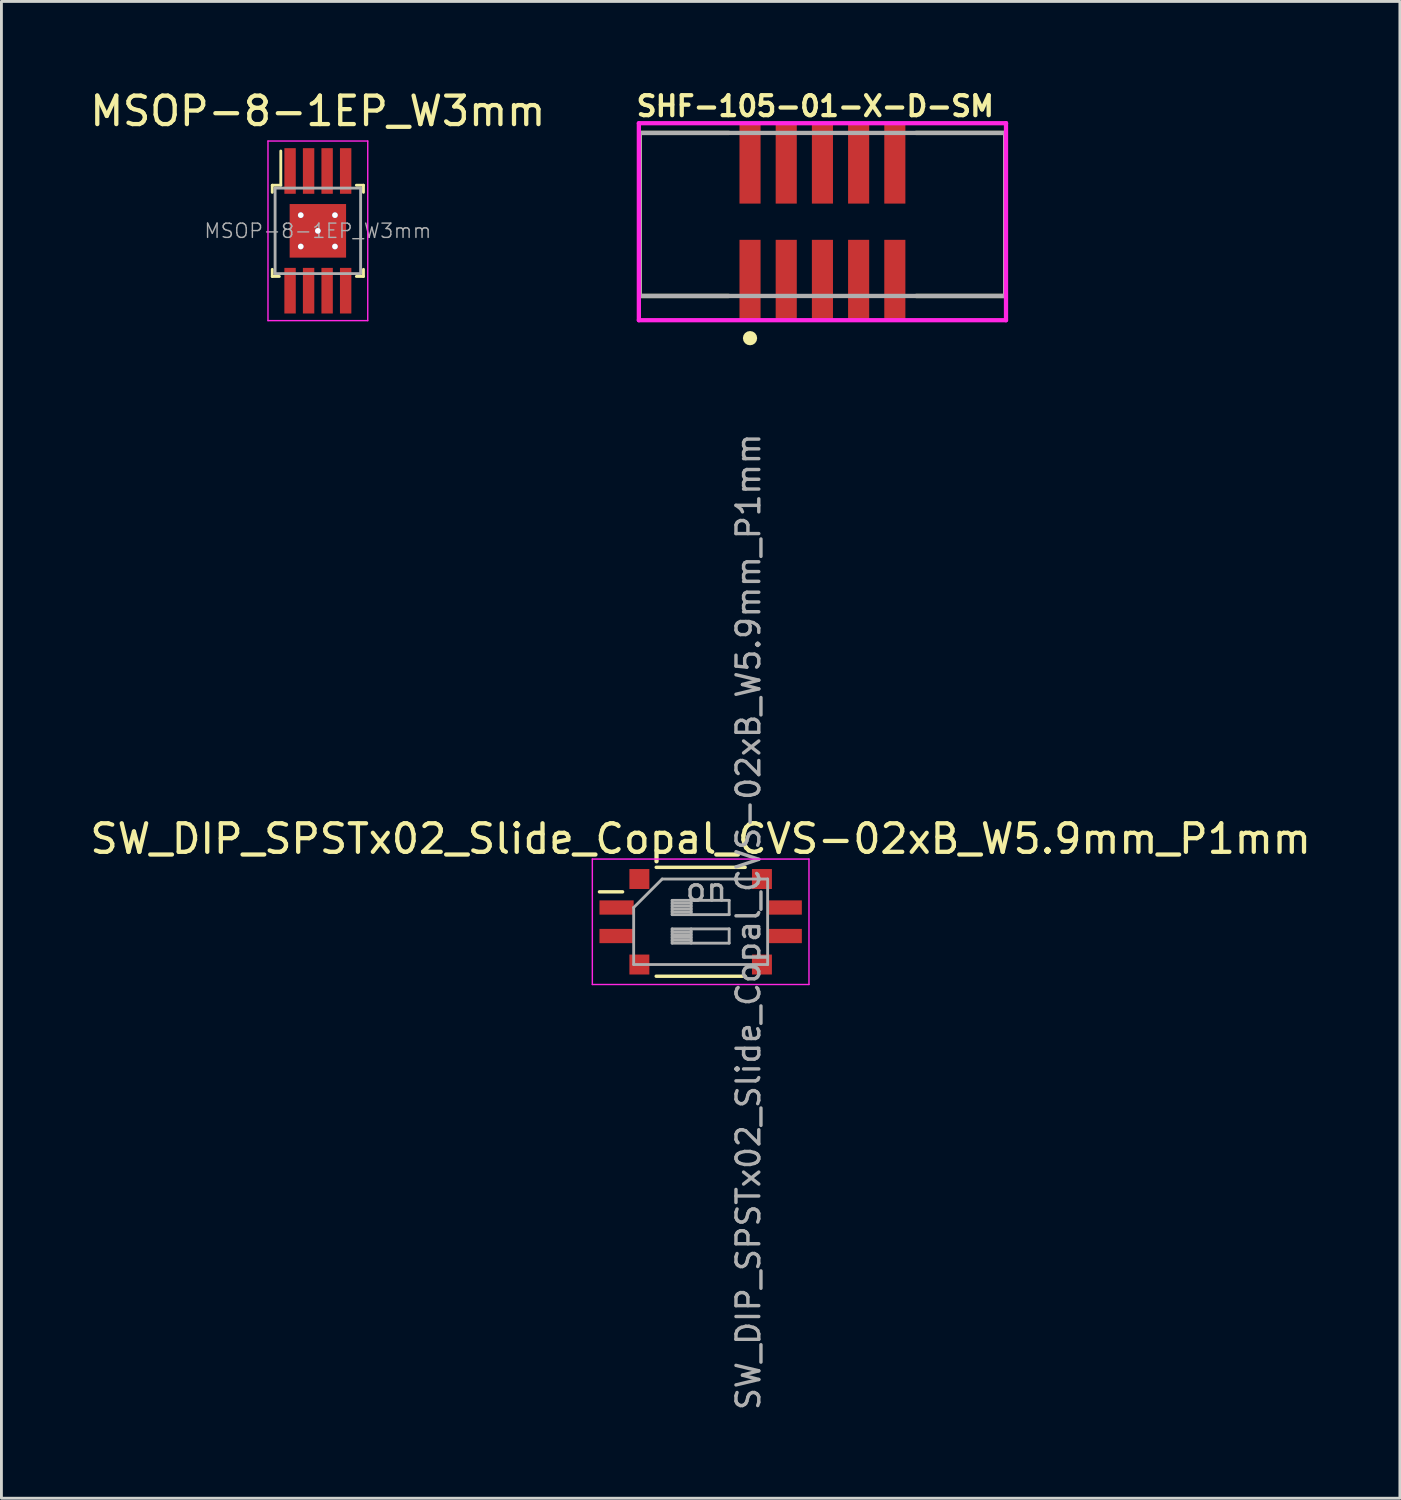
<source format=kicad_pcb>
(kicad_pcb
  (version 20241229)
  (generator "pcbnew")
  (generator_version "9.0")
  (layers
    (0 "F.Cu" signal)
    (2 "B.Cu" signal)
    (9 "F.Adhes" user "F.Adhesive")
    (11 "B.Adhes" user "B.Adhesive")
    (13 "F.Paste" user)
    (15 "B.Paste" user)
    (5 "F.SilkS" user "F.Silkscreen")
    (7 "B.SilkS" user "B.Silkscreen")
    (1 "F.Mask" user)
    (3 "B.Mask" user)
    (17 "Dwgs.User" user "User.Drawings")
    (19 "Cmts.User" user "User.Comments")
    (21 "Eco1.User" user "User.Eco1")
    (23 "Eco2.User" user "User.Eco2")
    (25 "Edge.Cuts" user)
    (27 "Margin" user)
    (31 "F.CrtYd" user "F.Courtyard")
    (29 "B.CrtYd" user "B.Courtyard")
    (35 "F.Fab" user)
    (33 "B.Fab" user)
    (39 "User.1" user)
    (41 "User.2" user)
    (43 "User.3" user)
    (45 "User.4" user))
  (footprint "SHF-105-01-X-D-SM"
    (layer "F.Cu")
    (at 25.802 4.473)
    (property "Reference" "SHF-105-01-X-D-SM" (at -6.6 -3.8 0) (layer "F.SilkS") (effects (font (size 0.7 0.7) (thickness 0.15)) (justify left)))
    (attr through_hole)
    (fp_line (start -6.415 -2.86) (end -3.285 -2.86) (stroke (width 0.15) (type solid)) (layer "F.SilkS"))
    (fp_line (start -6.415 2.86) (end -6.415 -2.86) (stroke (width 0.15) (type solid)) (layer "F.SilkS"))
    (fp_line (start -6.415 2.86) (end -3.285 2.86) (stroke (width 0.15) (type solid)) (layer "F.SilkS"))
    (fp_line (start 3.285 -2.86) (end 6.415 -2.86) (stroke (width 0.15) (type solid)) (layer "F.SilkS"))
    (fp_line (start 3.285 2.86) (end 6.415 2.86) (stroke (width 0.15) (type solid)) (layer "F.SilkS"))
    (fp_line (start 6.415 2.86) (end 6.415 -2.86) (stroke (width 0.15) (type solid)) (layer "F.SilkS"))
    (fp_circle (center -2.54 4.34) (end -2.415 4.34) (stroke (width 0.25) (type solid)) (fill no) (layer "F.SilkS"))
    (fp_line (start -6.44 -3.2) (end -6.44 3.71) (stroke (width 0.15) (type solid)) (layer "F.CrtYd"))
    (fp_line (start -6.44 3.71) (end 6.44 3.71) (stroke (width 0.15) (type solid)) (layer "F.CrtYd"))
    (fp_line (start 6.44 -3.2) (end -6.44 -3.2) (stroke (width 0.15) (type solid)) (layer "F.CrtYd"))
    (fp_line (start 6.44 -3.2) (end 6.44 -3.2) (stroke (width 0.15) (type solid)) (layer "F.CrtYd"))
    (fp_line (start 6.44 3.71) (end 6.44 -3.2) (stroke (width 0.15) (type solid)) (layer "F.CrtYd"))
    (fp_line (start -6.415 -2.86) (end 6.415 -2.86) (stroke (width 0.15) (type solid)) (layer "F.Fab"))
    (fp_line (start -6.415 2.86) (end -6.415 -2.86) (stroke (width 0.15) (type solid)) (layer "F.Fab"))
    (fp_line (start 6.415 -2.86) (end 6.415 2.86) (stroke (width 0.15) (type solid)) (layer "F.Fab"))
    (fp_line (start 6.415 2.86) (end -6.415 2.86) (stroke (width 0.15) (type solid)) (layer "F.Fab"))
    (pad "1" smd rect (at -2.54 2.288) (size 0.74 2.795) (layers "F.Cu" "F.Mask" "F.Paste"))
    (pad "2" smd rect (at -2.54 -1.778) (size 0.74 2.795) (layers "F.Cu" "F.Mask" "F.Paste"))
    (pad "3" smd rect (at -1.27 2.288) (size 0.74 2.795) (layers "F.Cu" "F.Mask" "F.Paste"))
    (pad "4" smd rect (at -1.27 -1.778) (size 0.74 2.795) (layers "F.Cu" "F.Mask" "F.Paste"))
    (pad "5" smd rect (at 0 2.288) (size 0.74 2.795) (layers "F.Cu" "F.Mask" "F.Paste"))
    (pad "6" smd rect (at 0 -1.778) (size 0.74 2.795) (layers "F.Cu" "F.Mask" "F.Paste"))
    (pad "7" smd rect (at 1.27 2.288) (size 0.74 2.795) (layers "F.Cu" "F.Mask" "F.Paste"))
    (pad "8" smd rect (at 1.27 -1.778) (size 0.74 2.795) (layers "F.Cu" "F.Mask" "F.Paste"))
    (pad "9" smd rect (at 2.54 2.288) (size 0.74 2.795) (layers "F.Cu" "F.Mask" "F.Paste"))
    (pad "10" smd rect (at 2.54 -1.778) (size 0.74 2.795) (layers "F.Cu" "F.Mask" "F.Paste")))
  (footprint "SW_DIP_SPSTx02_Slide_Copal_CVS-02xB_W5.9mm_P1mm"
    (layer "F.Cu")
    (at 21.53 29.287)
    (property "Reference" "SW_DIP_SPSTx02_Slide_Copal_CVS-02xB_W5.9mm_P1mm" (at 0 -2.91 0) (layer "F.SilkS") (effects (font (size 1 1) (thickness 0.15))))
    (attr smd)
    (fp_line (start -3.55 -1.05) (end -2.739 -1.05) (stroke (width 0.12) (type solid)) (layer "F.SilkS"))
    (fp_line (start -1.56 -1.91) (end 1.561 -1.91) (stroke (width 0.12) (type solid)) (layer "F.SilkS"))
    (fp_line (start -1.56 1.91) (end 1.561 1.91) (stroke (width 0.12) (type solid)) (layer "F.SilkS"))
    (fp_line (start -3.8 -2.2) (end -3.8 2.2) (stroke (width 0.05) (type solid)) (layer "F.CrtYd"))
    (fp_line (start -3.8 2.2) (end 3.8 2.2) (stroke (width 0.05) (type solid)) (layer "F.CrtYd"))
    (fp_line (start 3.8 -2.2) (end -3.8 -2.2) (stroke (width 0.05) (type solid)) (layer "F.CrtYd"))
    (fp_line (start 3.8 2.2) (end 3.8 -2.2) (stroke (width 0.05) (type solid)) (layer "F.CrtYd"))
    (fp_line (start -2.35 -0.5) (end -1.35 -1.5) (stroke (width 0.1) (type solid)) (layer "F.Fab"))
    (fp_line (start -2.35 1.5) (end -2.35 -0.5) (stroke (width 0.1) (type solid)) (layer "F.Fab"))
    (fp_line (start -1.35 -1.5) (end 2.35 -1.5) (stroke (width 0.1) (type solid)) (layer "F.Fab"))
    (fp_line (start -1 -0.75) (end -1 -0.25) (stroke (width 0.1) (type solid)) (layer "F.Fab"))
    (fp_line (start -1 -0.65) (end -0.333 -0.65) (stroke (width 0.1) (type solid)) (layer "F.Fab"))
    (fp_line (start -1 -0.55) (end -0.333 -0.55) (stroke (width 0.1) (type solid)) (layer "F.Fab"))
    (fp_line (start -1 -0.45) (end -0.333 -0.45) (stroke (width 0.1) (type solid)) (layer "F.Fab"))
    (fp_line (start -1 -0.35) (end -0.333 -0.35) (stroke (width 0.1) (type solid)) (layer "F.Fab"))
    (fp_line (start -1 -0.25) (end 1 -0.25) (stroke (width 0.1) (type solid)) (layer "F.Fab"))
    (fp_line (start -1 0.25) (end -1 0.75) (stroke (width 0.1) (type solid)) (layer "F.Fab"))
    (fp_line (start -1 0.35) (end -0.333 0.35) (stroke (width 0.1) (type solid)) (layer "F.Fab"))
    (fp_line (start -1 0.45) (end -0.333 0.45) (stroke (width 0.1) (type solid)) (layer "F.Fab"))
    (fp_line (start -1 0.55) (end -0.333 0.55) (stroke (width 0.1) (type solid)) (layer "F.Fab"))
    (fp_line (start -1 0.65) (end -0.333 0.65) (stroke (width 0.1) (type solid)) (layer "F.Fab"))
    (fp_line (start -1 0.75) (end 1 0.75) (stroke (width 0.1) (type solid)) (layer "F.Fab"))
    (fp_line (start -0.333 -0.75) (end -0.333 -0.25) (stroke (width 0.1) (type solid)) (layer "F.Fab"))
    (fp_line (start -0.333 0.25) (end -0.333 0.75) (stroke (width 0.1) (type solid)) (layer "F.Fab"))
    (fp_line (start 1 -0.75) (end -1 -0.75) (stroke (width 0.1) (type solid)) (layer "F.Fab"))
    (fp_line (start 1 -0.25) (end 1 -0.75) (stroke (width 0.1) (type solid)) (layer "F.Fab"))
    (fp_line (start 1 0.25) (end -1 0.25) (stroke (width 0.1) (type solid)) (layer "F.Fab"))
    (fp_line (start 1 0.75) (end 1 0.25) (stroke (width 0.1) (type solid)) (layer "F.Fab"))
    (fp_line (start 2.35 -1.5) (end 2.35 1.5) (stroke (width 0.1) (type solid)) (layer "F.Fab"))
    (fp_line (start 2.35 1.5) (end -2.35 1.5) (stroke (width 0.1) (type solid)) (layer "F.Fab"))
    (fp_text user "on" (at 0.2 -1.125 0) (layer "F.Fab") (effects (font (size 0.8 0.8) (thickness 0.12))))
    (fp_text user "${REFERENCE}" (at 1.675 0 90) (layer "F.Fab") (effects (font (size 0.8 0.8) (thickness 0.12))))
    (pad "1" smd rect (at -2.95 -0.5) (size 1.2 0.5) (layers "F.Cu" "F.Mask" "F.Paste"))
    (pad "2" smd rect (at -2.95 0.5) (size 1.2 0.5) (layers "F.Cu" "F.Mask" "F.Paste"))
    (pad "3" smd rect (at 2.95 0.5) (size 1.2 0.5) (layers "F.Cu" "F.Mask" "F.Paste"))
    (pad "4" smd rect (at 2.95 -0.5) (size 1.2 0.5) (layers "F.Cu" "F.Mask" "F.Paste"))
    (pad "5" smd rect (at -2.15 -1.5) (size 0.7 0.7) (layers "F.Cu" "F.Mask" "F.Paste"))
    (pad "5" smd rect (at -2.15 1.5) (size 0.7 0.7) (layers "F.Cu" "F.Mask" "F.Paste"))
    (pad "5" smd rect (at 2.15 -1.5) (size 0.7 0.7) (layers "F.Cu" "F.Mask" "F.Paste"))
    (pad "5" smd rect (at 2.15 1.5) (size 0.7 0.7) (layers "F.Cu" "F.Mask" "F.Paste")))
  (footprint "MSOP-8-1EP_W3mm"
    (layer "F.Cu")
    (at 8.101 5.048)
    (property "Reference" "MSOP-8-1EP_W3mm" (at 0 -4.2 0) (layer "F.SilkS") (effects (font (size 1 1) (thickness 0.15))))
    (attr smd)
    (fp_line (start -1.6 -1.6) (end -1.6 -1.35) (stroke (width 0.1) (type solid)) (layer "F.SilkS"))
    (fp_line (start -1.6 -1.6) (end -1.3 -1.6) (stroke (width 0.1) (type solid)) (layer "F.SilkS"))
    (fp_line (start -1.6 1.6) (end -1.6 1.35) (stroke (width 0.1) (type solid)) (layer "F.SilkS"))
    (fp_line (start -1.6 1.6) (end -1.35 1.6) (stroke (width 0.1) (type solid)) (layer "F.SilkS"))
    (fp_line (start -1.3 -1.6) (end -1.3 -2.8) (stroke (width 0.1) (type solid)) (layer "F.SilkS"))
    (fp_line (start 1.6 -1.6) (end 1.35 -1.6) (stroke (width 0.1) (type solid)) (layer "F.SilkS"))
    (fp_line (start 1.6 -1.6) (end 1.6 -1.35) (stroke (width 0.1) (type solid)) (layer "F.SilkS"))
    (fp_line (start 1.6 1.6) (end 1.35 1.6) (stroke (width 0.1) (type solid)) (layer "F.SilkS"))
    (fp_line (start 1.6 1.6) (end 1.6 1.35) (stroke (width 0.1) (type solid)) (layer "F.SilkS"))
    (fp_line (start -1.75 -3.15) (end 1.75 -3.15) (stroke (width 0.05) (type solid)) (layer "F.CrtYd"))
    (fp_line (start -1.75 3.15) (end -1.75 -3.15) (stroke (width 0.05) (type solid)) (layer "F.CrtYd"))
    (fp_line (start -1.75 3.15) (end 1.75 3.15) (stroke (width 0.05) (type solid)) (layer "F.CrtYd"))
    (fp_line (start 1.75 3.15) (end 1.75 -3.15) (stroke (width 0.05) (type solid)) (layer "F.CrtYd"))
    (fp_line (start -1.5 -1.5) (end -1.5 1.5) (stroke (width 0.1) (type solid)) (layer "F.Fab"))
    (fp_line (start -1.5 -1.5) (end 1.5 -1.5) (stroke (width 0.1) (type solid)) (layer "F.Fab"))
    (fp_line (start -1.5 1.5) (end 1.5 1.5) (stroke (width 0.1) (type solid)) (layer "F.Fab"))
    (fp_line (start 1.5 1.5) (end 1.5 -1.5) (stroke (width 0.1) (type solid)) (layer "F.Fab"))
    (fp_text user "${REFERENCE}" (at 0 0 0) (layer "F.Fab") (effects (font (size 0.5 0.5) (thickness 0.05))))
    (pad "1" smd rect (at -0.975 -2.1) (size 0.4 1.6) (layers "F.Cu" "F.Mask" "F.Paste"))
    (pad "2" smd rect (at -0.325 -2.1) (size 0.4 1.6) (layers "F.Cu" "F.Mask" "F.Paste"))
    (pad "3" smd rect (at 0.325 -2.1) (size 0.4 1.6) (layers "F.Cu" "F.Mask" "F.Paste"))
    (pad "4" smd rect (at 0.975 -2.1) (size 0.4 1.6) (layers "F.Cu" "F.Mask" "F.Paste"))
    (pad "5" smd rect (at 0.975 2.1) (size 0.4 1.6) (layers "F.Cu" "F.Mask" "F.Paste"))
    (pad "6" smd rect (at 0.325 2.1) (size 0.4 1.6) (layers "F.Cu" "F.Mask" "F.Paste"))
    (pad "7" smd rect (at -0.325 2.1) (size 0.4 1.6) (layers "F.Cu" "F.Mask" "F.Paste"))
    (pad "8" smd rect (at -0.975 2.1) (size 0.4 1.6) (layers "F.Cu" "F.Mask" "F.Paste"))
    (pad "9" thru_hole circle (at -0.6 -0.55) (size 0.2 0.2) (drill 0.2) (layers "*.Cu" "*.Mask"))
    (pad "9" thru_hole circle (at -0.6 0.55) (size 0.2 0.2) (drill 0.2) (layers "*.Cu" "*.Mask"))
    (pad "9" thru_hole circle (at 0 0) (size 0.2 0.2) (drill 0.2) (layers "*.Cu" "*.Mask"))
    (pad "9" smd rect (at 0 0) (size 1.98 1.88) (layers "F.Cu" "F.Mask" "F.Paste"))
    (pad "9" thru_hole circle (at 0.6 -0.55) (size 0.2 0.2) (drill 0.2) (layers "*.Cu" "*.Mask"))
    (pad "9" thru_hole circle (at 0.6 0.55) (size 0.2 0.2) (drill 0.2) (layers "*.Cu" "*.Mask")))
  (gr_rect
    (start -3 -3)
    (end 46.06 49.51)
    (stroke (width 0.1) (type default))
    (fill no)
    (layer "Edge.Cuts")))
</source>
